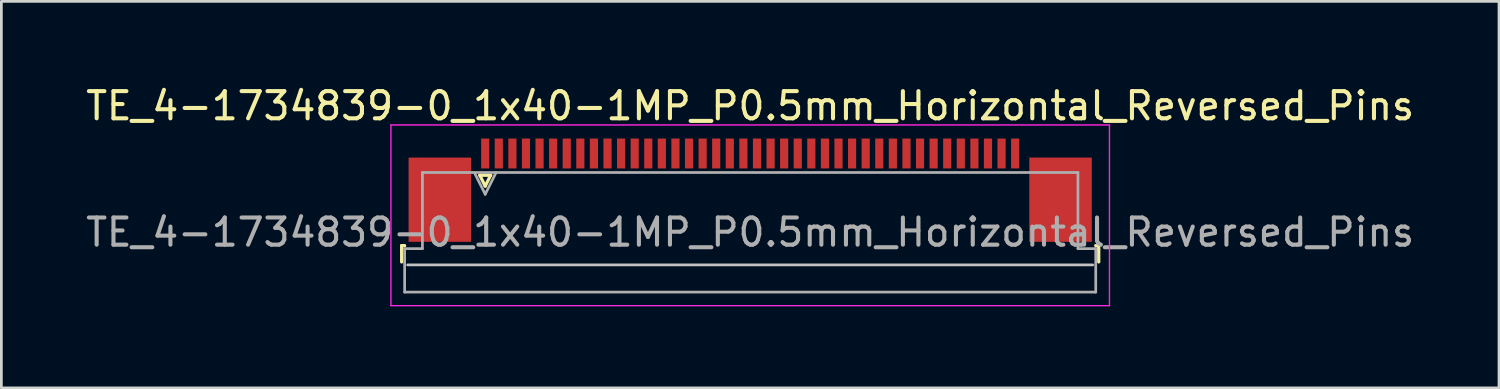
<source format=kicad_pcb>
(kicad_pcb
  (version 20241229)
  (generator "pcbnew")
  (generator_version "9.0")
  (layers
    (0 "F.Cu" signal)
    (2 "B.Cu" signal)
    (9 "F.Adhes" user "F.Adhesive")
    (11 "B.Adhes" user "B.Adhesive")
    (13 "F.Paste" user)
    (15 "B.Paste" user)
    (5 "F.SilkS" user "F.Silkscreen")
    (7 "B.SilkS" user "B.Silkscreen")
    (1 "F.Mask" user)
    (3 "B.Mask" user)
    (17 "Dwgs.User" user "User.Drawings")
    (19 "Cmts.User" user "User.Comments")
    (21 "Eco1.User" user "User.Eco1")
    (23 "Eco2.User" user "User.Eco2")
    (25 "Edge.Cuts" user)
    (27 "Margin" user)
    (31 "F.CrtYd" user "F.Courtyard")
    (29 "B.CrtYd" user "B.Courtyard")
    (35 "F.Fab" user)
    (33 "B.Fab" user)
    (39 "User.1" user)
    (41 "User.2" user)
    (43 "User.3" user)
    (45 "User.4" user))
  (footprint "TE_4-1734839-0_1x40-1MP_P0.5mm_Horizontal_Reversed_Pins"
    (layer "F.Cu")
    (at 24.554 3.948)
    (property "Reference" "TE_4-1734839-0_1x40-1MP_P0.5mm_Horizontal_Reversed_Pins" (at 0 -3.1 0) (layer "F.SilkS") (effects (font (size 1 1) (thickness 0.15))))
    (attr smd)
    (fp_line (start -12.825 2.04) (end -12.825 2.64) (stroke (width 0.12) (type solid)) (layer "F.SilkS"))
    (fp_line (start -12.715 2.04) (end -12.825 2.04) (stroke (width 0.12) (type solid)) (layer "F.SilkS"))
    (fp_line (start -9.95 -0.55) (end -9.75 -0.15) (stroke (width 0.12) (type solid)) (layer "F.SilkS"))
    (fp_line (start -9.75 -0.15) (end -9.55 -0.55) (stroke (width 0.12) (type solid)) (layer "F.SilkS"))
    (fp_line (start -9.55 -0.55) (end -9.95 -0.55) (stroke (width 0.12) (type solid)) (layer "F.SilkS"))
    (fp_line (start 12.715 2.04) (end 12.825 2.04) (stroke (width 0.12) (type solid)) (layer "F.SilkS"))
    (fp_line (start 12.825 2.04) (end 12.825 2.64) (stroke (width 0.12) (type solid)) (layer "F.SilkS"))
    (fp_line (start 12.605 2.75) (end -12.605 2.75) (stroke (width 0.1) (type solid)) (layer "Dwgs.User"))
    (fp_line (start -13.22 -2.4) (end -13.22 4.25) (stroke (width 0.05) (type solid)) (layer "F.CrtYd"))
    (fp_line (start -13.22 4.25) (end 13.22 4.25) (stroke (width 0.05) (type solid)) (layer "F.CrtYd"))
    (fp_line (start 13.22 -2.4) (end -13.22 -2.4) (stroke (width 0.05) (type solid)) (layer "F.CrtYd"))
    (fp_line (start 13.22 4.25) (end 13.22 -2.4) (stroke (width 0.05) (type solid)) (layer "F.CrtYd"))
    (fp_line (start -12.715 2.15) (end -12.06 2.15) (stroke (width 0.1) (type solid)) (layer "F.Fab"))
    (fp_line (start -12.715 3.75) (end -12.715 2.15) (stroke (width 0.1) (type solid)) (layer "F.Fab"))
    (fp_line (start -12.06 -0.65) (end 12.06 -0.65) (stroke (width 0.1) (type solid)) (layer "F.Fab"))
    (fp_line (start -12.06 2.15) (end -12.06 -0.65) (stroke (width 0.1) (type solid)) (layer "F.Fab"))
    (fp_line (start -10.15 -0.65) (end -9.75 0.15) (stroke (width 0.1) (type solid)) (layer "F.Fab"))
    (fp_line (start -9.75 0.15) (end -9.35 -0.65) (stroke (width 0.1) (type solid)) (layer "F.Fab"))
    (fp_line (start 12.06 -0.65) (end 12.06 2.15) (stroke (width 0.1) (type solid)) (layer "F.Fab"))
    (fp_line (start 12.06 2.15) (end 12.715 2.15) (stroke (width 0.1) (type solid)) (layer "F.Fab"))
    (fp_line (start 12.715 2.15) (end 12.715 3.75) (stroke (width 0.1) (type solid)) (layer "F.Fab"))
    (fp_line (start 12.715 3.75) (end -12.715 3.75) (stroke (width 0.1) (type solid)) (layer "F.Fab"))
    (fp_text user "${REFERENCE}" (at 0 1.55 0) (layer "F.Fab") (effects (font (size 1 1) (thickness 0.15))))
    (pad "1" smd rect (at 9.75 -1.35) (size 0.3 1.1) (layers "F.Cu" "F.Mask" "F.Paste"))
    (pad "2" smd rect (at 9.25 -1.35) (size 0.3 1.1) (layers "F.Cu" "F.Mask" "F.Paste"))
    (pad "3" smd rect (at 8.75 -1.35) (size 0.3 1.1) (layers "F.Cu" "F.Mask" "F.Paste"))
    (pad "4" smd rect (at 8.25 -1.35) (size 0.3 1.1) (layers "F.Cu" "F.Mask" "F.Paste"))
    (pad "5" smd rect (at 7.75 -1.35) (size 0.3 1.1) (layers "F.Cu" "F.Mask" "F.Paste"))
    (pad "6" smd rect (at 7.25 -1.35) (size 0.3 1.1) (layers "F.Cu" "F.Mask" "F.Paste"))
    (pad "7" smd rect (at 6.75 -1.35) (size 0.3 1.1) (layers "F.Cu" "F.Mask" "F.Paste"))
    (pad "8" smd rect (at 6.25 -1.35) (size 0.3 1.1) (layers "F.Cu" "F.Mask" "F.Paste"))
    (pad "9" smd rect (at 5.75 -1.35) (size 0.3 1.1) (layers "F.Cu" "F.Mask" "F.Paste"))
    (pad "10" smd rect (at 5.25 -1.35) (size 0.3 1.1) (layers "F.Cu" "F.Mask" "F.Paste"))
    (pad "11" smd rect (at 4.75 -1.35) (size 0.3 1.1) (layers "F.Cu" "F.Mask" "F.Paste"))
    (pad "12" smd rect (at 4.25 -1.35) (size 0.3 1.1) (layers "F.Cu" "F.Mask" "F.Paste"))
    (pad "13" smd rect (at 3.75 -1.35) (size 0.3 1.1) (layers "F.Cu" "F.Mask" "F.Paste"))
    (pad "14" smd rect (at 3.25 -1.35) (size 0.3 1.1) (layers "F.Cu" "F.Mask" "F.Paste"))
    (pad "15" smd rect (at 2.75 -1.35) (size 0.3 1.1) (layers "F.Cu" "F.Mask" "F.Paste"))
    (pad "16" smd rect (at 2.25 -1.35) (size 0.3 1.1) (layers "F.Cu" "F.Mask" "F.Paste"))
    (pad "17" smd rect (at 1.75 -1.35) (size 0.3 1.1) (layers "F.Cu" "F.Mask" "F.Paste"))
    (pad "18" smd rect (at 1.25 -1.35) (size 0.3 1.1) (layers "F.Cu" "F.Mask" "F.Paste"))
    (pad "19" smd rect (at 0.75 -1.35) (size 0.3 1.1) (layers "F.Cu" "F.Mask" "F.Paste"))
    (pad "20" smd rect (at 0.25 -1.35) (size 0.3 1.1) (layers "F.Cu" "F.Mask" "F.Paste"))
    (pad "21" smd rect (at -0.25 -1.35) (size 0.3 1.1) (layers "F.Cu" "F.Mask" "F.Paste"))
    (pad "22" smd rect (at -0.75 -1.35) (size 0.3 1.1) (layers "F.Cu" "F.Mask" "F.Paste"))
    (pad "23" smd rect (at -1.25 -1.35) (size 0.3 1.1) (layers "F.Cu" "F.Mask" "F.Paste"))
    (pad "24" smd rect (at -1.75 -1.35) (size 0.3 1.1) (layers "F.Cu" "F.Mask" "F.Paste"))
    (pad "25" smd rect (at -2.25 -1.35) (size 0.3 1.1) (layers "F.Cu" "F.Mask" "F.Paste"))
    (pad "26" smd rect (at -2.75 -1.35) (size 0.3 1.1) (layers "F.Cu" "F.Mask" "F.Paste"))
    (pad "27" smd rect (at -3.25 -1.35) (size 0.3 1.1) (layers "F.Cu" "F.Mask" "F.Paste"))
    (pad "28" smd rect (at -3.75 -1.35) (size 0.3 1.1) (layers "F.Cu" "F.Mask" "F.Paste"))
    (pad "29" smd rect (at -4.25 -1.35) (size 0.3 1.1) (layers "F.Cu" "F.Mask" "F.Paste"))
    (pad "30" smd rect (at -4.75 -1.35) (size 0.3 1.1) (layers "F.Cu" "F.Mask" "F.Paste"))
    (pad "31" smd rect (at -5.25 -1.35) (size 0.3 1.1) (layers "F.Cu" "F.Mask" "F.Paste"))
    (pad "32" smd rect (at -5.75 -1.35) (size 0.3 1.1) (layers "F.Cu" "F.Mask" "F.Paste"))
    (pad "33" smd rect (at -6.25 -1.35) (size 0.3 1.1) (layers "F.Cu" "F.Mask" "F.Paste"))
    (pad "34" smd rect (at -6.75 -1.35) (size 0.3 1.1) (layers "F.Cu" "F.Mask" "F.Paste"))
    (pad "35" smd rect (at -7.25 -1.35) (size 0.3 1.1) (layers "F.Cu" "F.Mask" "F.Paste"))
    (pad "36" smd rect (at -7.75 -1.35) (size 0.3 1.1) (layers "F.Cu" "F.Mask" "F.Paste"))
    (pad "37" smd rect (at -8.25 -1.35) (size 0.3 1.1) (layers "F.Cu" "F.Mask" "F.Paste"))
    (pad "38" smd rect (at -8.75 -1.35) (size 0.3 1.1) (layers "F.Cu" "F.Mask" "F.Paste"))
    (pad "39" smd rect (at -9.25 -1.35) (size 0.3 1.1) (layers "F.Cu" "F.Mask" "F.Paste"))
    (pad "40" smd rect (at -9.75 -1.35) (size 0.3 1.1) (layers "F.Cu" "F.Mask" "F.Paste"))
    (pad "MP" smd rect (at -11.42 0.35) (size 2.3 3.1) (layers "F.Cu" "F.Mask" "F.Paste"))
    (pad "MP" smd rect (at 11.42 0.35) (size 2.3 3.1) (layers "F.Cu" "F.Mask" "F.Paste")))
  (gr_rect
    (start -3 -3)
    (end 52.107 11.223)
    (stroke (width 0.1) (type default))
    (fill no)
    (layer "Edge.Cuts")))
</source>
